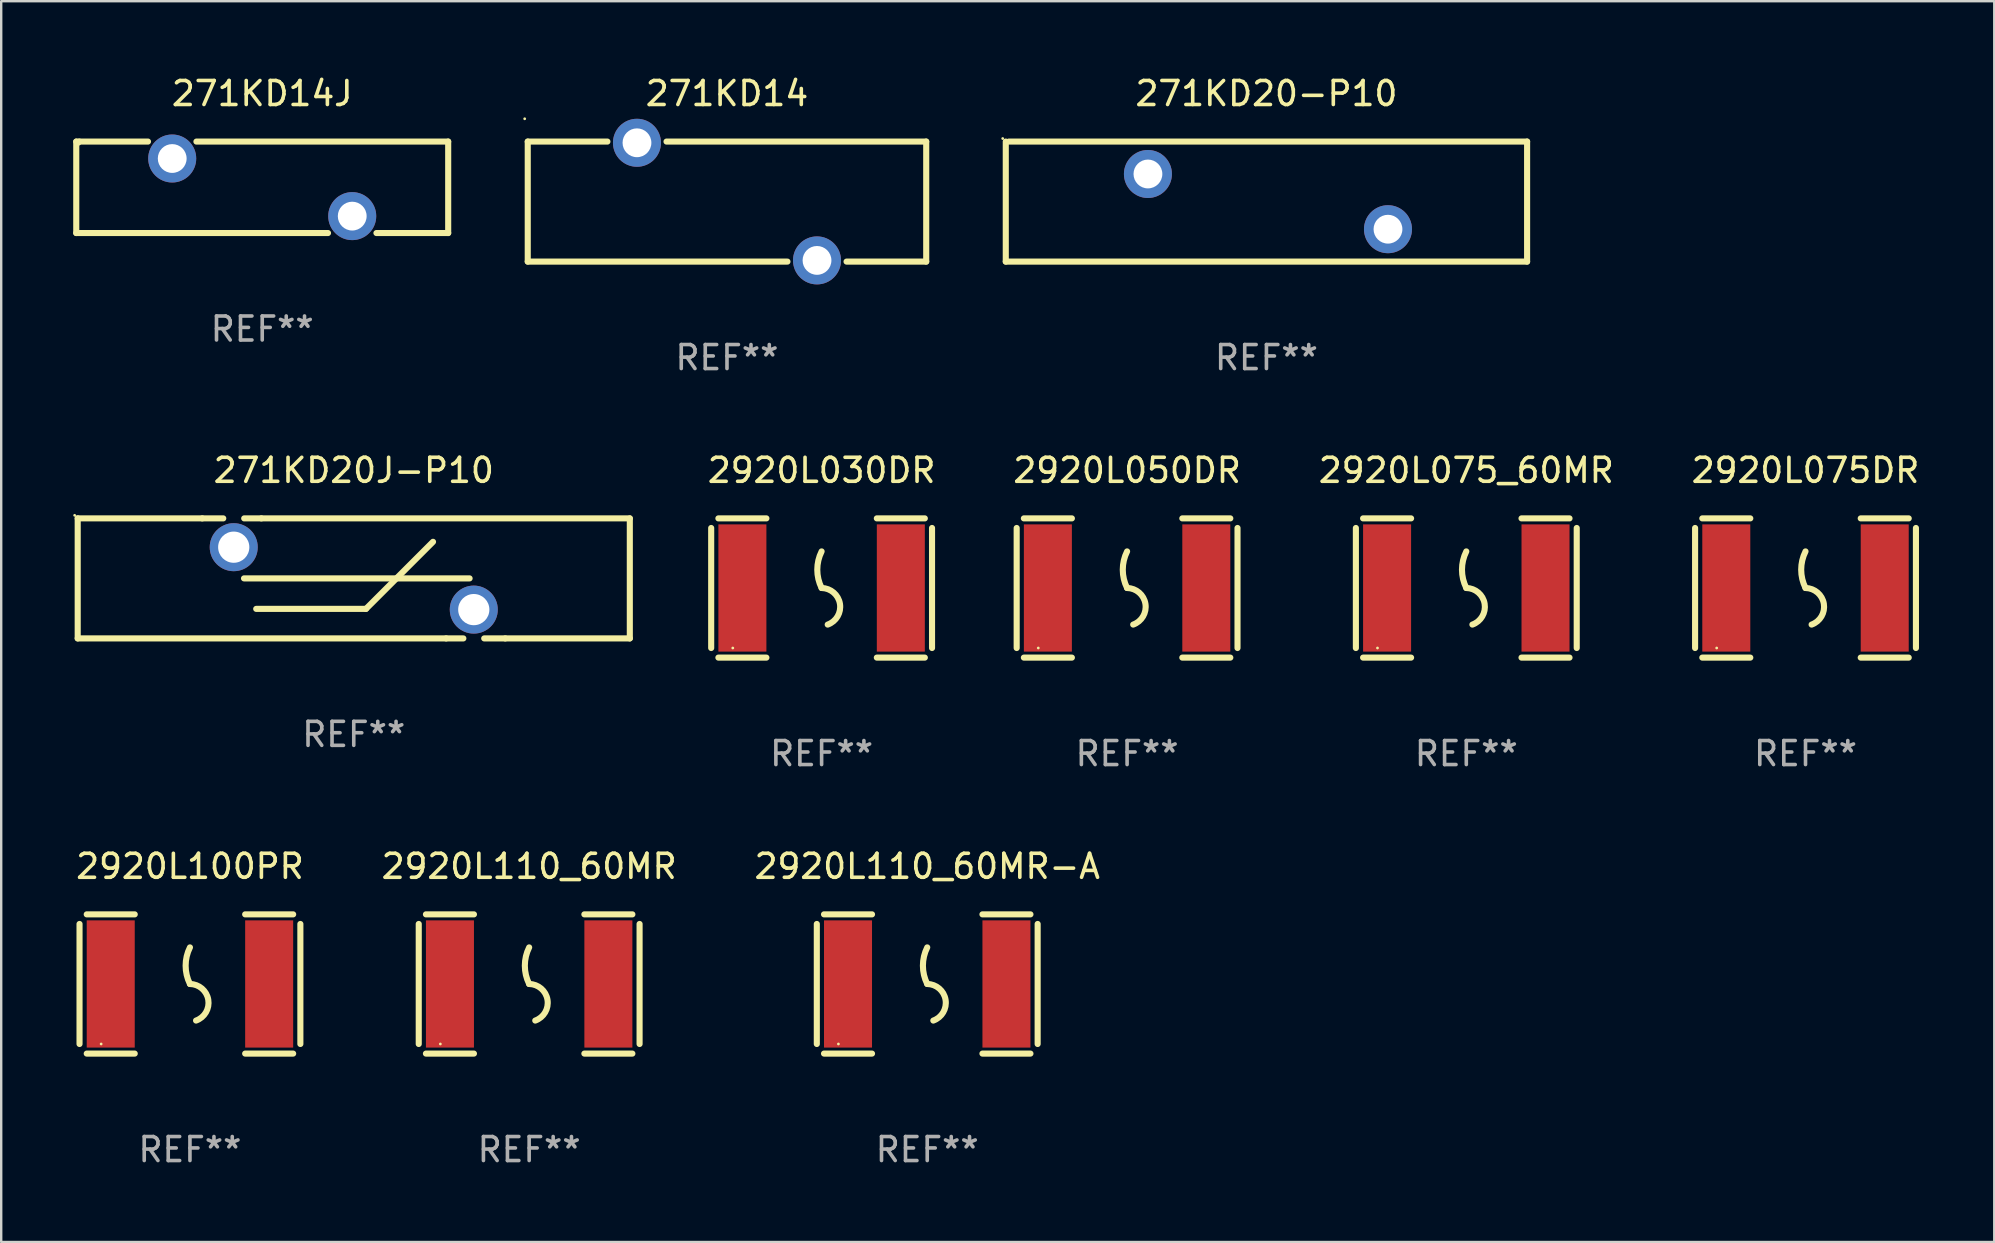
<source format=kicad_pcb>
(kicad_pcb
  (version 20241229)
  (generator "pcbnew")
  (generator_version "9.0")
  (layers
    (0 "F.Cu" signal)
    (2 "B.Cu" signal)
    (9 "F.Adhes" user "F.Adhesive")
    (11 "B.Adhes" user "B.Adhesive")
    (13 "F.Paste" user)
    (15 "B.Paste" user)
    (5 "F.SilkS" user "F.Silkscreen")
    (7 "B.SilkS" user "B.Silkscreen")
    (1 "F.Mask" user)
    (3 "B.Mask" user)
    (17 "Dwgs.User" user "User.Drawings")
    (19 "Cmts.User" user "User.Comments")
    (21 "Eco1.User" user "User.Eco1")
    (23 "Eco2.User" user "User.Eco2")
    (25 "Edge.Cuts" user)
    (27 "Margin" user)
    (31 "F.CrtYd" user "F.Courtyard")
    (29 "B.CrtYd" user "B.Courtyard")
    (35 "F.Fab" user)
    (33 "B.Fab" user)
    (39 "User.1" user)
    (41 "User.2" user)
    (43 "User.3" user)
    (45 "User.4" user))
  (footprint "2920L110_60MR"
    (layer "F.Cu")
    (at 18.994 37.941)
    (property "Reference" "2920L110_60MR" (at 0 -4.9 0) (layer "F.SilkS") (effects (font (size 1 1) (thickness 0.15))))
    (attr through_hole)
    (fp_line (start -4.6 -2.5) (end -4.6 2.5) (stroke (width 0.254) (type solid)) (layer "F.SilkS"))
    (fp_line (start -4.3 -2.9) (end -2.3 -2.9) (stroke (width 0.254) (type solid)) (layer "F.SilkS"))
    (fp_line (start -4.3 2.9) (end -2.3 2.9) (stroke (width 0.254) (type solid)) (layer "F.SilkS"))
    (fp_line (start 2.3 -2.9) (end 4.3 -2.9) (stroke (width 0.254) (type solid)) (layer "F.SilkS"))
    (fp_line (start 2.3 2.9) (end 4.3 2.9) (stroke (width 0.254) (type solid)) (layer "F.SilkS"))
    (fp_line (start 4.6 -2.5) (end 4.6 2.5) (stroke (width 0.254) (type solid)) (layer "F.SilkS"))
    (fp_arc (start 0 0) (mid -0.179884 -0.762002) (end 0 -1.524003) (stroke (width 0.254001) (type solid)) (layer "F.SilkS"))
    (fp_arc (start 0 0) (mid 0.763086 0.655987) (end 0.254001 1.524003) (stroke (width 0.254001) (type solid)) (layer "F.SilkS"))
    (fp_circle (center -3.7 2.5) (end -3.67 2.5) (stroke (width 0.06) (type solid)) (fill no) (layer "F.SilkS"))
    (fp_text user "REF**" (at 0 6.9 0) (layer "F.Fab") (effects (font (size 1 1) (thickness 0.15))))
    (pad "1" smd rect (at -3.3 0) (size 2 5.3) (layers "F.Cu" "F.Mask" "F.Paste"))
    (pad "2" smd rect (at 3.3 0) (size 2 5.3) (layers "F.Cu" "F.Mask" "F.Paste")))
  (footprint "2920L030DR"
    (layer "F.Cu")
    (at 31.177 21.445)
    (property "Reference" "2920L030DR" (at 0 -4.9 0) (layer "F.SilkS") (effects (font (size 1 1) (thickness 0.15))))
    (attr through_hole)
    (fp_line (start -4.6 -2.5) (end -4.6 2.5) (stroke (width 0.254) (type solid)) (layer "F.SilkS"))
    (fp_line (start -4.3 -2.9) (end -2.3 -2.9) (stroke (width 0.254) (type solid)) (layer "F.SilkS"))
    (fp_line (start -4.3 2.9) (end -2.3 2.9) (stroke (width 0.254) (type solid)) (layer "F.SilkS"))
    (fp_line (start 2.3 -2.9) (end 4.3 -2.9) (stroke (width 0.254) (type solid)) (layer "F.SilkS"))
    (fp_line (start 2.3 2.9) (end 4.3 2.9) (stroke (width 0.254) (type solid)) (layer "F.SilkS"))
    (fp_line (start 4.6 -2.5) (end 4.6 2.5) (stroke (width 0.254) (type solid)) (layer "F.SilkS"))
    (fp_arc (start 0 0) (mid -0.179884 -0.762002) (end 0 -1.524003) (stroke (width 0.254001) (type solid)) (layer "F.SilkS"))
    (fp_arc (start 0 0) (mid 0.763086 0.655987) (end 0.254001 1.524003) (stroke (width 0.254001) (type solid)) (layer "F.SilkS"))
    (fp_circle (center -3.7 2.5) (end -3.67 2.5) (stroke (width 0.06) (type solid)) (fill no) (layer "F.SilkS"))
    (fp_text user "REF**" (at 0 6.9 0) (layer "F.Fab") (effects (font (size 1 1) (thickness 0.15))))
    (pad "1" smd rect (at -3.3 0) (size 2 5.3) (layers "F.Cu" "F.Mask" "F.Paste"))
    (pad "2" smd rect (at 3.3 0) (size 2 5.3) (layers "F.Cu" "F.Mask" "F.Paste")))
  (footprint "271KD14"
    (layer "F.Cu")
    (at 27.235 5.348)
    (property "Reference" "271KD14" (at 0 -4.5 0) (layer "F.SilkS") (effects (font (size 1 1) (thickness 0.15))))
    (attr through_hole)
    (fp_line (start -8.3 -2.5) (end -8.3 2.5) (stroke (width 0.254) (type solid)) (layer "F.SilkS"))
    (fp_line (start -8.3 -2.5) (end -4.981 -2.5) (stroke (width 0.254) (type solid)) (layer "F.SilkS"))
    (fp_line (start -8.3 2.5) (end 2.519 2.5) (stroke (width 0.254) (type solid)) (layer "F.SilkS"))
    (fp_line (start -2.519 -2.5) (end 8.3 -2.5) (stroke (width 0.254) (type solid)) (layer "F.SilkS"))
    (fp_line (start 4.981 2.5) (end 8.3 2.5) (stroke (width 0.254) (type solid)) (layer "F.SilkS"))
    (fp_line (start 8.3 -2.5) (end 8.3 2.5) (stroke (width 0.254) (type solid)) (layer "F.SilkS"))
    (fp_circle (center -8.427 -3.45) (end -8.397 -3.45) (stroke (width 0.06) (type solid)) (fill no) (layer "F.SilkS"))
    (fp_text user "REF**" (at 0 6.5 0) (layer "F.Fab") (effects (font (size 1 1) (thickness 0.15))))
    (pad "1" thru_hole circle (at -3.75 -2.45) (size 2 2) (drill 1.2) (layers "*.Cu" "*.Mask"))
    (pad "2" thru_hole circle (at 3.75 2.45) (size 2 2) (drill 1.2) (layers "*.Cu" "*.Mask")))
  (footprint "2920L100PR"
    (layer "F.Cu")
    (at 4.863 37.941)
    (property "Reference" "2920L100PR" (at 0 -4.9 0) (layer "F.SilkS") (effects (font (size 1 1) (thickness 0.15))))
    (attr through_hole)
    (fp_line (start -4.6 -2.5) (end -4.6 2.5) (stroke (width 0.254) (type solid)) (layer "F.SilkS"))
    (fp_line (start -4.3 -2.9) (end -2.3 -2.9) (stroke (width 0.254) (type solid)) (layer "F.SilkS"))
    (fp_line (start -4.3 2.9) (end -2.3 2.9) (stroke (width 0.254) (type solid)) (layer "F.SilkS"))
    (fp_line (start 2.3 -2.9) (end 4.3 -2.9) (stroke (width 0.254) (type solid)) (layer "F.SilkS"))
    (fp_line (start 2.3 2.9) (end 4.3 2.9) (stroke (width 0.254) (type solid)) (layer "F.SilkS"))
    (fp_line (start 4.6 -2.5) (end 4.6 2.5) (stroke (width 0.254) (type solid)) (layer "F.SilkS"))
    (fp_arc (start 0 0) (mid -0.179884 -0.762002) (end 0 -1.524003) (stroke (width 0.254001) (type solid)) (layer "F.SilkS"))
    (fp_arc (start 0 0) (mid 0.763086 0.655987) (end 0.254001 1.524003) (stroke (width 0.254001) (type solid)) (layer "F.SilkS"))
    (fp_circle (center -3.7 2.5) (end -3.67 2.5) (stroke (width 0.06) (type solid)) (fill no) (layer "F.SilkS"))
    (fp_text user "REF**" (at 0 6.9 0) (layer "F.Fab") (effects (font (size 1 1) (thickness 0.15))))
    (pad "1" smd rect (at -3.3 0) (size 2 5.3) (layers "F.Cu" "F.Mask" "F.Paste"))
    (pad "2" smd rect (at 3.3 0) (size 2 5.3) (layers "F.Cu" "F.Mask" "F.Paste")))
  (footprint "2920L075DR"
    (layer "F.Cu")
    (at 72.165 21.445)
    (property "Reference" "2920L075DR" (at 0 -4.9 0) (layer "F.SilkS") (effects (font (size 1 1) (thickness 0.15))))
    (attr through_hole)
    (fp_line (start -4.6 -2.5) (end -4.6 2.5) (stroke (width 0.254) (type solid)) (layer "F.SilkS"))
    (fp_line (start -4.3 -2.9) (end -2.3 -2.9) (stroke (width 0.254) (type solid)) (layer "F.SilkS"))
    (fp_line (start -4.3 2.9) (end -2.3 2.9) (stroke (width 0.254) (type solid)) (layer "F.SilkS"))
    (fp_line (start 2.3 -2.9) (end 4.3 -2.9) (stroke (width 0.254) (type solid)) (layer "F.SilkS"))
    (fp_line (start 2.3 2.9) (end 4.3 2.9) (stroke (width 0.254) (type solid)) (layer "F.SilkS"))
    (fp_line (start 4.6 -2.5) (end 4.6 2.5) (stroke (width 0.254) (type solid)) (layer "F.SilkS"))
    (fp_arc (start 0 0) (mid -0.179884 -0.762002) (end 0 -1.524003) (stroke (width 0.254001) (type solid)) (layer "F.SilkS"))
    (fp_arc (start 0 0) (mid 0.763086 0.655987) (end 0.254001 1.524003) (stroke (width 0.254001) (type solid)) (layer "F.SilkS"))
    (fp_circle (center -3.7 2.5) (end -3.67 2.5) (stroke (width 0.06) (type solid)) (fill no) (layer "F.SilkS"))
    (fp_text user "REF**" (at 0 6.9 0) (layer "F.Fab") (effects (font (size 1 1) (thickness 0.15))))
    (pad "1" smd rect (at -3.3 0) (size 2 5.3) (layers "F.Cu" "F.Mask" "F.Paste"))
    (pad "2" smd rect (at 3.3 0) (size 2 5.3) (layers "F.Cu" "F.Mask" "F.Paste")))
  (footprint "2920L050DR"
    (layer "F.Cu")
    (at 43.903 21.445)
    (property "Reference" "2920L050DR" (at 0 -4.9 0) (layer "F.SilkS") (effects (font (size 1 1) (thickness 0.15))))
    (attr through_hole)
    (fp_line (start -4.6 -2.5) (end -4.6 2.5) (stroke (width 0.254) (type solid)) (layer "F.SilkS"))
    (fp_line (start -4.3 -2.9) (end -2.3 -2.9) (stroke (width 0.254) (type solid)) (layer "F.SilkS"))
    (fp_line (start -4.3 2.9) (end -2.3 2.9) (stroke (width 0.254) (type solid)) (layer "F.SilkS"))
    (fp_line (start 2.3 -2.9) (end 4.3 -2.9) (stroke (width 0.254) (type solid)) (layer "F.SilkS"))
    (fp_line (start 2.3 2.9) (end 4.3 2.9) (stroke (width 0.254) (type solid)) (layer "F.SilkS"))
    (fp_line (start 4.6 -2.5) (end 4.6 2.5) (stroke (width 0.254) (type solid)) (layer "F.SilkS"))
    (fp_arc (start 0 0) (mid -0.179884 -0.762002) (end 0 -1.524003) (stroke (width 0.254001) (type solid)) (layer "F.SilkS"))
    (fp_arc (start 0 0) (mid 0.763086 0.655987) (end 0.254001 1.524003) (stroke (width 0.254001) (type solid)) (layer "F.SilkS"))
    (fp_circle (center -3.7 2.5) (end -3.67 2.5) (stroke (width 0.06) (type solid)) (fill no) (layer "F.SilkS"))
    (fp_text user "REF**" (at 0 6.9 0) (layer "F.Fab") (effects (font (size 1 1) (thickness 0.15))))
    (pad "1" smd rect (at -3.3 0) (size 2 5.3) (layers "F.Cu" "F.Mask" "F.Paste"))
    (pad "2" smd rect (at 3.3 0) (size 2 5.3) (layers "F.Cu" "F.Mask" "F.Paste")))
  (footprint "2920L110_60MR-A"
    (layer "F.Cu")
    (at 35.577 37.941)
    (property "Reference" "2920L110_60MR-A" (at 0 -4.9 0) (layer "F.SilkS") (effects (font (size 1 1) (thickness 0.15))))
    (attr through_hole)
    (fp_line (start -4.6 -2.5) (end -4.6 2.5) (stroke (width 0.254) (type solid)) (layer "F.SilkS"))
    (fp_line (start -4.3 -2.9) (end -2.3 -2.9) (stroke (width 0.254) (type solid)) (layer "F.SilkS"))
    (fp_line (start -4.3 2.9) (end -2.3 2.9) (stroke (width 0.254) (type solid)) (layer "F.SilkS"))
    (fp_line (start 2.3 -2.9) (end 4.3 -2.9) (stroke (width 0.254) (type solid)) (layer "F.SilkS"))
    (fp_line (start 2.3 2.9) (end 4.3 2.9) (stroke (width 0.254) (type solid)) (layer "F.SilkS"))
    (fp_line (start 4.6 -2.5) (end 4.6 2.5) (stroke (width 0.254) (type solid)) (layer "F.SilkS"))
    (fp_arc (start 0 0) (mid -0.179884 -0.762002) (end 0 -1.524003) (stroke (width 0.254001) (type solid)) (layer "F.SilkS"))
    (fp_arc (start 0 0) (mid 0.763086 0.655987) (end 0.254001 1.524003) (stroke (width 0.254001) (type solid)) (layer "F.SilkS"))
    (fp_circle (center -3.7 2.5) (end -3.67 2.5) (stroke (width 0.06) (type solid)) (fill no) (layer "F.SilkS"))
    (fp_text user "REF**" (at 0 6.9 0) (layer "F.Fab") (effects (font (size 1 1) (thickness 0.15))))
    (pad "1" smd rect (at -3.3 0) (size 2 5.3) (layers "F.Cu" "F.Mask" "F.Paste"))
    (pad "2" smd rect (at 3.3 0) (size 2 5.3) (layers "F.Cu" "F.Mask" "F.Paste")))
  (footprint "2920L075_60MR"
    (layer "F.Cu")
    (at 58.034 21.445)
    (property "Reference" "2920L075_60MR" (at 0 -4.9 0) (layer "F.SilkS") (effects (font (size 1 1) (thickness 0.15))))
    (attr through_hole)
    (fp_line (start -4.6 -2.5) (end -4.6 2.5) (stroke (width 0.254) (type solid)) (layer "F.SilkS"))
    (fp_line (start -4.3 -2.9) (end -2.3 -2.9) (stroke (width 0.254) (type solid)) (layer "F.SilkS"))
    (fp_line (start -4.3 2.9) (end -2.3 2.9) (stroke (width 0.254) (type solid)) (layer "F.SilkS"))
    (fp_line (start 2.3 -2.9) (end 4.3 -2.9) (stroke (width 0.254) (type solid)) (layer "F.SilkS"))
    (fp_line (start 2.3 2.9) (end 4.3 2.9) (stroke (width 0.254) (type solid)) (layer "F.SilkS"))
    (fp_line (start 4.6 -2.5) (end 4.6 2.5) (stroke (width 0.254) (type solid)) (layer "F.SilkS"))
    (fp_arc (start 0 0) (mid -0.179884 -0.762002) (end 0 -1.524003) (stroke (width 0.254001) (type solid)) (layer "F.SilkS"))
    (fp_arc (start 0 0) (mid 0.763086 0.655987) (end 0.254001 1.524003) (stroke (width 0.254001) (type solid)) (layer "F.SilkS"))
    (fp_circle (center -3.7 2.5) (end -3.67 2.5) (stroke (width 0.06) (type solid)) (fill no) (layer "F.SilkS"))
    (fp_text user "REF**" (at 0 6.9 0) (layer "F.Fab") (effects (font (size 1 1) (thickness 0.15))))
    (pad "1" smd rect (at -3.3 0) (size 2 5.3) (layers "F.Cu" "F.Mask" "F.Paste"))
    (pad "2" smd rect (at 3.3 0) (size 2 5.3) (layers "F.Cu" "F.Mask" "F.Paste")))
  (footprint "271KD14J"
    (layer "F.Cu")
    (at 7.874 4.753)
    (property "Reference" "271KD14J" (at 0 -3.905 0) (layer "F.SilkS") (effects (font (size 1 1) (thickness 0.15))))
    (attr through_hole)
    (fp_line (start -7.747 -1.905) (end -7.62 -1.905) (stroke (width 0.254) (type solid)) (layer "F.SilkS"))
    (fp_line (start -7.747 1.905) (end -7.747 -1.905) (stroke (width 0.254) (type solid)) (layer "F.SilkS"))
    (fp_line (start -7.62 -1.905) (end -4.759 -1.905) (stroke (width 0.254) (type solid)) (layer "F.SilkS"))
    (fp_line (start -2.741 -1.905) (end 7.747 -1.905) (stroke (width 0.254) (type solid)) (layer "F.SilkS"))
    (fp_line (start 2.74 1.905) (end -7.747 1.905) (stroke (width 0.254) (type solid)) (layer "F.SilkS"))
    (fp_line (start 7.747 -1.905) (end 7.747 1.905) (stroke (width 0.254) (type solid)) (layer "F.SilkS"))
    (fp_line (start 7.747 1.905) (end 4.758 1.905) (stroke (width 0.254) (type solid)) (layer "F.SilkS"))
    (fp_circle (center -7.625 -1.8) (end -7.595 -1.8) (stroke (width 0.06) (type solid)) (fill no) (layer "F.SilkS"))
    (fp_text user "REF**" (at 0 5.905 0) (layer "F.Fab") (effects (font (size 1 1) (thickness 0.15))))
    (pad "1" thru_hole circle (at -3.75 -1.2) (size 2 2) (drill 1.2) (layers "*.Cu" "*.Mask"))
    (pad "2" thru_hole circle (at 3.749 1.2) (size 2 2) (drill 1.2) (layers "*.Cu" "*.Mask")))
  (footprint "271KD20J-P10"
    (layer "F.Cu")
    (at 11.687 21.045)
    (property "Reference" "271KD20J-P10" (at 0 -4.5 0) (layer "F.SilkS") (effects (font (size 1 1) (thickness 0.15))))
    (attr through_hole)
    (fp_line (start -11.5 -2.5) (end -11.5 2.5) (stroke (width 0.254) (type solid)) (layer "F.SilkS"))
    (fp_line (start -11.5 -2.5) (end -6.311 -2.5) (stroke (width 0.254) (type solid)) (layer "F.SilkS"))
    (fp_line (start -11.5 2.5) (end 3.849 2.5) (stroke (width 0.254) (type solid)) (layer "F.SilkS"))
    (fp_line (start -6.311 -2.5) (end -5.436 -2.5) (stroke (width 0.254) (type solid)) (layer "F.SilkS"))
    (fp_line (start -4.572 -0.000279) (end 4.826 -0.000279) (stroke (width 0.254) (type solid)) (layer "F.SilkS"))
    (fp_line (start -4.564 -2.5) (end -3.849 -2.5) (stroke (width 0.254) (type solid)) (layer "F.SilkS"))
    (fp_line (start -4.064 1.27) (end 0.508 1.27) (stroke (width 0.254) (type solid)) (layer "F.SilkS"))
    (fp_line (start -3.849 -2.5) (end 11.5 -2.5) (stroke (width 0.254) (type solid)) (layer "F.SilkS"))
    (fp_line (start 0.508 1.27) (end 3.302 -1.524) (stroke (width 0.254) (type solid)) (layer "F.SilkS"))
    (fp_line (start 3.849 2.5) (end 4.566 2.5) (stroke (width 0.254) (type solid)) (layer "F.SilkS"))
    (fp_line (start 5.434 2.5) (end 6.311 2.5) (stroke (width 0.254) (type solid)) (layer "F.SilkS"))
    (fp_line (start 6.311 2.5) (end 11.5 2.5) (stroke (width 0.254) (type solid)) (layer "F.SilkS"))
    (fp_line (start 11.5 2.5) (end 11.5 -2.5) (stroke (width 0.254) (type solid)) (layer "F.SilkS"))
    (fp_circle (center -11.627 -2.627) (end -11.597 -2.627) (stroke (width 0.06) (type solid)) (fill no) (layer "F.SilkS"))
    (fp_text user "REF**" (at 0 6.5 0) (layer "F.Fab") (effects (font (size 1 1) (thickness 0.15))))
    (pad "1" thru_hole circle (at -5 -1.3) (size 2 2) (drill 1.3) (layers "*.Cu" "*.Mask"))
    (pad "2" thru_hole circle (at 5 1.3) (size 2 2) (drill 1.3) (layers "*.Cu" "*.Mask")))
  (footprint "271KD20-P10"
    (layer "F.Cu")
    (at 49.708 5.348)
    (property "Reference" "271KD20-P10" (at 0 -4.5 0) (layer "F.SilkS") (effects (font (size 1 1) (thickness 0.15))))
    (attr through_hole)
    (fp_line (start -10.859 2.5) (end -10.859 -2.5) (stroke (width 0.254) (type solid)) (layer "F.SilkS"))
    (fp_line (start -10.732 -2.5) (end 10.859 -2.5) (stroke (width 0.254) (type solid)) (layer "F.SilkS"))
    (fp_line (start 10.859 -2.5) (end 10.859 2.5) (stroke (width 0.254) (type solid)) (layer "F.SilkS"))
    (fp_line (start 10.859 2.5) (end -10.859 2.5) (stroke (width 0.254) (type solid)) (layer "F.SilkS"))
    (fp_circle (center -10.986 -2.627) (end -10.956 -2.627) (stroke (width 0.06) (type solid)) (fill no) (layer "F.SilkS"))
    (fp_text user "REF**" (at 0 6.5 0) (layer "F.Fab") (effects (font (size 1 1) (thickness 0.15))))
    (pad "1" thru_hole circle (at -4.937 -1.15) (size 2 2) (drill 1.2) (layers "*.Cu" "*.Mask"))
    (pad "2" thru_hole circle (at 5.063 1.15) (size 2 2) (drill 1.2) (layers "*.Cu" "*.Mask")))
  (gr_rect
    (start -3 -3)
    (end 80.028 48.69)
    (stroke (width 0.1) (type default))
    (fill no)
    (layer "Edge.Cuts")))
</source>
